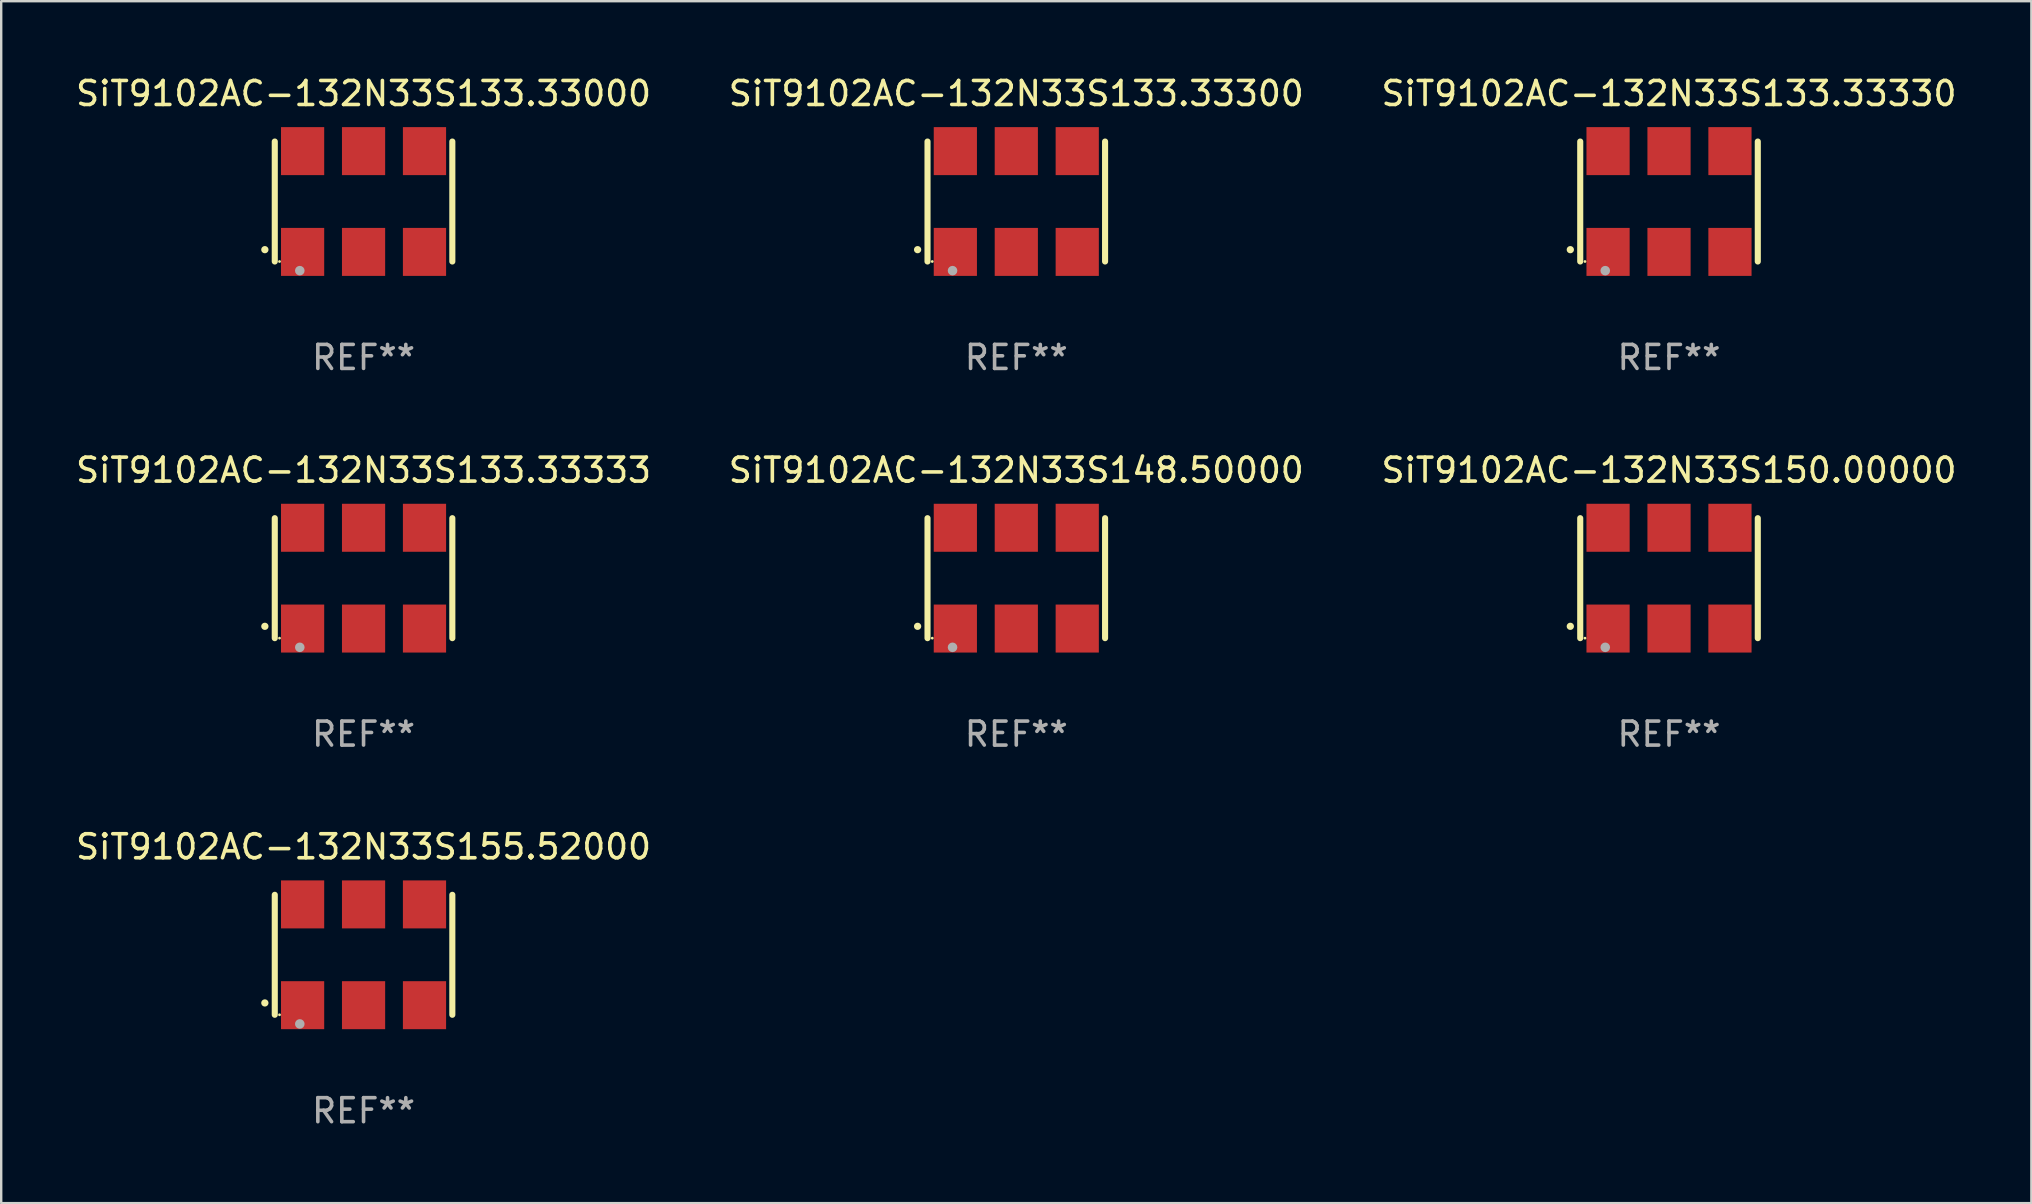
<source format=kicad_pcb>
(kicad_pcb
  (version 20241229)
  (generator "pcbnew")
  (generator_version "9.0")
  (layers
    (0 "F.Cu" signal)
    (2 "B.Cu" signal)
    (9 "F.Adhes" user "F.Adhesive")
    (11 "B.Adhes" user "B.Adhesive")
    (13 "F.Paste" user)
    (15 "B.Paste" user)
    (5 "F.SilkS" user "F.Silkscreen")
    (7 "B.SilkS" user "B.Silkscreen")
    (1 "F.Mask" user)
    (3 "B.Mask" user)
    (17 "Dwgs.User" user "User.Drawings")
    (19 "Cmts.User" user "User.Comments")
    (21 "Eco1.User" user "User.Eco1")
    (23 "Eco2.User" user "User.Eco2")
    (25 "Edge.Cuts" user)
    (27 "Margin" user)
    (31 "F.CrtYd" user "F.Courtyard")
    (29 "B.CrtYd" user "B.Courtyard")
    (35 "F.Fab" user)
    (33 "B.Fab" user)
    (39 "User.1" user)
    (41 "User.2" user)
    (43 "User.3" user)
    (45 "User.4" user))
  (footprint "SiT9102AC-132N33S133.33330"
    (layer "F.Cu")
    (at 66.506 5.348)
    (property "Reference" "SiT9102AC-132N33S133.33330" (at 0 -4.5 0) (layer "F.SilkS") (effects (font (size 1 1) (thickness 0.15))))
    (attr through_hole)
    (fp_line (start -3.7 -2.5) (end -3.7 2.5) (stroke (width 0.254) (type solid)) (layer "F.SilkS"))
    (fp_line (start 3.7 -2.5) (end 3.7 2.5) (stroke (width 0.254) (type solid)) (layer "F.SilkS"))
    (fp_arc (start -4.114415 2.006604) (mid -4.113145 2.006599) (end -4.111875 2.006604) (stroke (width 0.3) (type solid)) (layer "F.SilkS"))
    (fp_circle (center -3.502 2.5) (end -3.472 2.5) (stroke (width 0.06) (type solid)) (fill no) (layer "F.SilkS"))
    (fp_circle (center -2.657 2.882) (end -2.557 2.882) (stroke (width 0.2) (type solid)) (fill no) (layer "F.Fab"))
    (fp_text user "REF**" (at 0 6.5 0) (layer "F.Fab") (effects (font (size 1 1) (thickness 0.15))))
    (pad "1" smd rect (at -2.54 2.1) (size 1.8 2) (layers "F.Cu" "F.Mask" "F.Paste"))
    (pad "2" smd rect (at 0.000394 2.1) (size 1.8 2) (layers "F.Cu" "F.Mask" "F.Paste"))
    (pad "3" smd rect (at 2.54 2.1) (size 1.8 2) (layers "F.Cu" "F.Mask" "F.Paste"))
    (pad "4" smd rect (at 2.54 -2.1) (size 1.8 2) (layers "F.Cu" "F.Mask" "F.Paste"))
    (pad "5" smd rect (at 0.000394 -2.1) (size 1.8 2) (layers "F.Cu" "F.Mask" "F.Paste"))
    (pad "6" smd rect (at -2.54 -2.1) (size 1.8 2) (layers "F.Cu" "F.Mask" "F.Paste")))
  (footprint "SiT9102AC-132N33S133.33000"
    (layer "F.Cu")
    (at 12.101 5.348)
    (property "Reference" "SiT9102AC-132N33S133.33000" (at 0 -4.5 0) (layer "F.SilkS") (effects (font (size 1 1) (thickness 0.15))))
    (attr through_hole)
    (fp_line (start -3.7 -2.5) (end -3.7 2.5) (stroke (width 0.254) (type solid)) (layer "F.SilkS"))
    (fp_line (start 3.7 -2.5) (end 3.7 2.5) (stroke (width 0.254) (type solid)) (layer "F.SilkS"))
    (fp_arc (start -4.114415 2.006604) (mid -4.113145 2.006599) (end -4.111875 2.006604) (stroke (width 0.3) (type solid)) (layer "F.SilkS"))
    (fp_circle (center -3.502 2.5) (end -3.472 2.5) (stroke (width 0.06) (type solid)) (fill no) (layer "F.SilkS"))
    (fp_circle (center -2.657 2.882) (end -2.557 2.882) (stroke (width 0.2) (type solid)) (fill no) (layer "F.Fab"))
    (fp_text user "REF**" (at 0 6.5 0) (layer "F.Fab") (effects (font (size 1 1) (thickness 0.15))))
    (pad "1" smd rect (at -2.54 2.1) (size 1.8 2) (layers "F.Cu" "F.Mask" "F.Paste"))
    (pad "2" smd rect (at 0.000394 2.1) (size 1.8 2) (layers "F.Cu" "F.Mask" "F.Paste"))
    (pad "3" smd rect (at 2.54 2.1) (size 1.8 2) (layers "F.Cu" "F.Mask" "F.Paste"))
    (pad "4" smd rect (at 2.54 -2.1) (size 1.8 2) (layers "F.Cu" "F.Mask" "F.Paste"))
    (pad "5" smd rect (at 0.000394 -2.1) (size 1.8 2) (layers "F.Cu" "F.Mask" "F.Paste"))
    (pad "6" smd rect (at -2.54 -2.1) (size 1.8 2) (layers "F.Cu" "F.Mask" "F.Paste")))
  (footprint "SiT9102AC-132N33S133.33300"
    (layer "F.Cu")
    (at 39.304 5.348)
    (property "Reference" "SiT9102AC-132N33S133.33300" (at 0 -4.5 0) (layer "F.SilkS") (effects (font (size 1 1) (thickness 0.15))))
    (attr through_hole)
    (fp_line (start -3.7 -2.5) (end -3.7 2.5) (stroke (width 0.254) (type solid)) (layer "F.SilkS"))
    (fp_line (start 3.7 -2.5) (end 3.7 2.5) (stroke (width 0.254) (type solid)) (layer "F.SilkS"))
    (fp_arc (start -4.114415 2.006604) (mid -4.113145 2.006599) (end -4.111875 2.006604) (stroke (width 0.3) (type solid)) (layer "F.SilkS"))
    (fp_circle (center -3.502 2.5) (end -3.472 2.5) (stroke (width 0.06) (type solid)) (fill no) (layer "F.SilkS"))
    (fp_circle (center -2.657 2.882) (end -2.557 2.882) (stroke (width 0.2) (type solid)) (fill no) (layer "F.Fab"))
    (fp_text user "REF**" (at 0 6.5 0) (layer "F.Fab") (effects (font (size 1 1) (thickness 0.15))))
    (pad "1" smd rect (at -2.54 2.1) (size 1.8 2) (layers "F.Cu" "F.Mask" "F.Paste"))
    (pad "2" smd rect (at 0.000394 2.1) (size 1.8 2) (layers "F.Cu" "F.Mask" "F.Paste"))
    (pad "3" smd rect (at 2.54 2.1) (size 1.8 2) (layers "F.Cu" "F.Mask" "F.Paste"))
    (pad "4" smd rect (at 2.54 -2.1) (size 1.8 2) (layers "F.Cu" "F.Mask" "F.Paste"))
    (pad "5" smd rect (at 0.000394 -2.1) (size 1.8 2) (layers "F.Cu" "F.Mask" "F.Paste"))
    (pad "6" smd rect (at -2.54 -2.1) (size 1.8 2) (layers "F.Cu" "F.Mask" "F.Paste")))
  (footprint "SiT9102AC-132N33S150.00000"
    (layer "F.Cu")
    (at 66.506 21.045)
    (property "Reference" "SiT9102AC-132N33S150.00000" (at 0 -4.5 0) (layer "F.SilkS") (effects (font (size 1 1) (thickness 0.15))))
    (attr through_hole)
    (fp_line (start -3.7 -2.5) (end -3.7 2.5) (stroke (width 0.254) (type solid)) (layer "F.SilkS"))
    (fp_line (start 3.7 -2.5) (end 3.7 2.5) (stroke (width 0.254) (type solid)) (layer "F.SilkS"))
    (fp_arc (start -4.114415 2.006604) (mid -4.113145 2.006599) (end -4.111875 2.006604) (stroke (width 0.3) (type solid)) (layer "F.SilkS"))
    (fp_circle (center -3.502 2.5) (end -3.472 2.5) (stroke (width 0.06) (type solid)) (fill no) (layer "F.SilkS"))
    (fp_circle (center -2.657 2.882) (end -2.557 2.882) (stroke (width 0.2) (type solid)) (fill no) (layer "F.Fab"))
    (fp_text user "REF**" (at 0 6.5 0) (layer "F.Fab") (effects (font (size 1 1) (thickness 0.15))))
    (pad "1" smd rect (at -2.54 2.1) (size 1.8 2) (layers "F.Cu" "F.Mask" "F.Paste"))
    (pad "2" smd rect (at 0.000394 2.1) (size 1.8 2) (layers "F.Cu" "F.Mask" "F.Paste"))
    (pad "3" smd rect (at 2.54 2.1) (size 1.8 2) (layers "F.Cu" "F.Mask" "F.Paste"))
    (pad "4" smd rect (at 2.54 -2.1) (size 1.8 2) (layers "F.Cu" "F.Mask" "F.Paste"))
    (pad "5" smd rect (at 0.000394 -2.1) (size 1.8 2) (layers "F.Cu" "F.Mask" "F.Paste"))
    (pad "6" smd rect (at -2.54 -2.1) (size 1.8 2) (layers "F.Cu" "F.Mask" "F.Paste")))
  (footprint "SiT9102AC-132N33S155.52000"
    (layer "F.Cu")
    (at 12.101 36.741)
    (property "Reference" "SiT9102AC-132N33S155.52000" (at 0 -4.5 0) (layer "F.SilkS") (effects (font (size 1 1) (thickness 0.15))))
    (attr through_hole)
    (fp_line (start -3.7 -2.5) (end -3.7 2.5) (stroke (width 0.254) (type solid)) (layer "F.SilkS"))
    (fp_line (start 3.7 -2.5) (end 3.7 2.5) (stroke (width 0.254) (type solid)) (layer "F.SilkS"))
    (fp_arc (start -4.114415 2.006604) (mid -4.113145 2.006599) (end -4.111875 2.006604) (stroke (width 0.3) (type solid)) (layer "F.SilkS"))
    (fp_circle (center -3.502 2.5) (end -3.472 2.5) (stroke (width 0.06) (type solid)) (fill no) (layer "F.SilkS"))
    (fp_circle (center -2.657 2.882) (end -2.557 2.882) (stroke (width 0.2) (type solid)) (fill no) (layer "F.Fab"))
    (fp_text user "REF**" (at 0 6.5 0) (layer "F.Fab") (effects (font (size 1 1) (thickness 0.15))))
    (pad "1" smd rect (at -2.54 2.1) (size 1.8 2) (layers "F.Cu" "F.Mask" "F.Paste"))
    (pad "2" smd rect (at 0.000394 2.1) (size 1.8 2) (layers "F.Cu" "F.Mask" "F.Paste"))
    (pad "3" smd rect (at 2.54 2.1) (size 1.8 2) (layers "F.Cu" "F.Mask" "F.Paste"))
    (pad "4" smd rect (at 2.54 -2.1) (size 1.8 2) (layers "F.Cu" "F.Mask" "F.Paste"))
    (pad "5" smd rect (at 0.000394 -2.1) (size 1.8 2) (layers "F.Cu" "F.Mask" "F.Paste"))
    (pad "6" smd rect (at -2.54 -2.1) (size 1.8 2) (layers "F.Cu" "F.Mask" "F.Paste")))
  (footprint "SiT9102AC-132N33S148.50000"
    (layer "F.Cu")
    (at 39.304 21.045)
    (property "Reference" "SiT9102AC-132N33S148.50000" (at 0 -4.5 0) (layer "F.SilkS") (effects (font (size 1 1) (thickness 0.15))))
    (attr through_hole)
    (fp_line (start -3.7 -2.5) (end -3.7 2.5) (stroke (width 0.254) (type solid)) (layer "F.SilkS"))
    (fp_line (start 3.7 -2.5) (end 3.7 2.5) (stroke (width 0.254) (type solid)) (layer "F.SilkS"))
    (fp_arc (start -4.114415 2.006604) (mid -4.113145 2.006599) (end -4.111875 2.006604) (stroke (width 0.3) (type solid)) (layer "F.SilkS"))
    (fp_circle (center -3.502 2.5) (end -3.472 2.5) (stroke (width 0.06) (type solid)) (fill no) (layer "F.SilkS"))
    (fp_circle (center -2.657 2.882) (end -2.557 2.882) (stroke (width 0.2) (type solid)) (fill no) (layer "F.Fab"))
    (fp_text user "REF**" (at 0 6.5 0) (layer "F.Fab") (effects (font (size 1 1) (thickness 0.15))))
    (pad "1" smd rect (at -2.54 2.1) (size 1.8 2) (layers "F.Cu" "F.Mask" "F.Paste"))
    (pad "2" smd rect (at 0.000394 2.1) (size 1.8 2) (layers "F.Cu" "F.Mask" "F.Paste"))
    (pad "3" smd rect (at 2.54 2.1) (size 1.8 2) (layers "F.Cu" "F.Mask" "F.Paste"))
    (pad "4" smd rect (at 2.54 -2.1) (size 1.8 2) (layers "F.Cu" "F.Mask" "F.Paste"))
    (pad "5" smd rect (at 0.000394 -2.1) (size 1.8 2) (layers "F.Cu" "F.Mask" "F.Paste"))
    (pad "6" smd rect (at -2.54 -2.1) (size 1.8 2) (layers "F.Cu" "F.Mask" "F.Paste")))
  (footprint "SiT9102AC-132N33S133.33333"
    (layer "F.Cu")
    (at 12.101 21.045)
    (property "Reference" "SiT9102AC-132N33S133.33333" (at 0 -4.5 0) (layer "F.SilkS") (effects (font (size 1 1) (thickness 0.15))))
    (attr through_hole)
    (fp_line (start -3.7 -2.5) (end -3.7 2.5) (stroke (width 0.254) (type solid)) (layer "F.SilkS"))
    (fp_line (start 3.7 -2.5) (end 3.7 2.5) (stroke (width 0.254) (type solid)) (layer "F.SilkS"))
    (fp_arc (start -4.114415 2.006604) (mid -4.113145 2.006599) (end -4.111875 2.006604) (stroke (width 0.3) (type solid)) (layer "F.SilkS"))
    (fp_circle (center -3.502 2.5) (end -3.472 2.5) (stroke (width 0.06) (type solid)) (fill no) (layer "F.SilkS"))
    (fp_circle (center -2.657 2.882) (end -2.557 2.882) (stroke (width 0.2) (type solid)) (fill no) (layer "F.Fab"))
    (fp_text user "REF**" (at 0 6.5 0) (layer "F.Fab") (effects (font (size 1 1) (thickness 0.15))))
    (pad "1" smd rect (at -2.54 2.1) (size 1.8 2) (layers "F.Cu" "F.Mask" "F.Paste"))
    (pad "2" smd rect (at 0.000394 2.1) (size 1.8 2) (layers "F.Cu" "F.Mask" "F.Paste"))
    (pad "3" smd rect (at 2.54 2.1) (size 1.8 2) (layers "F.Cu" "F.Mask" "F.Paste"))
    (pad "4" smd rect (at 2.54 -2.1) (size 1.8 2) (layers "F.Cu" "F.Mask" "F.Paste"))
    (pad "5" smd rect (at 0.000394 -2.1) (size 1.8 2) (layers "F.Cu" "F.Mask" "F.Paste"))
    (pad "6" smd rect (at -2.54 -2.1) (size 1.8 2) (layers "F.Cu" "F.Mask" "F.Paste")))
  (gr_rect
    (start -3 -3)
    (end 81.607 47.09)
    (stroke (width 0.1) (type default))
    (fill no)
    (layer "Edge.Cuts")))
</source>
